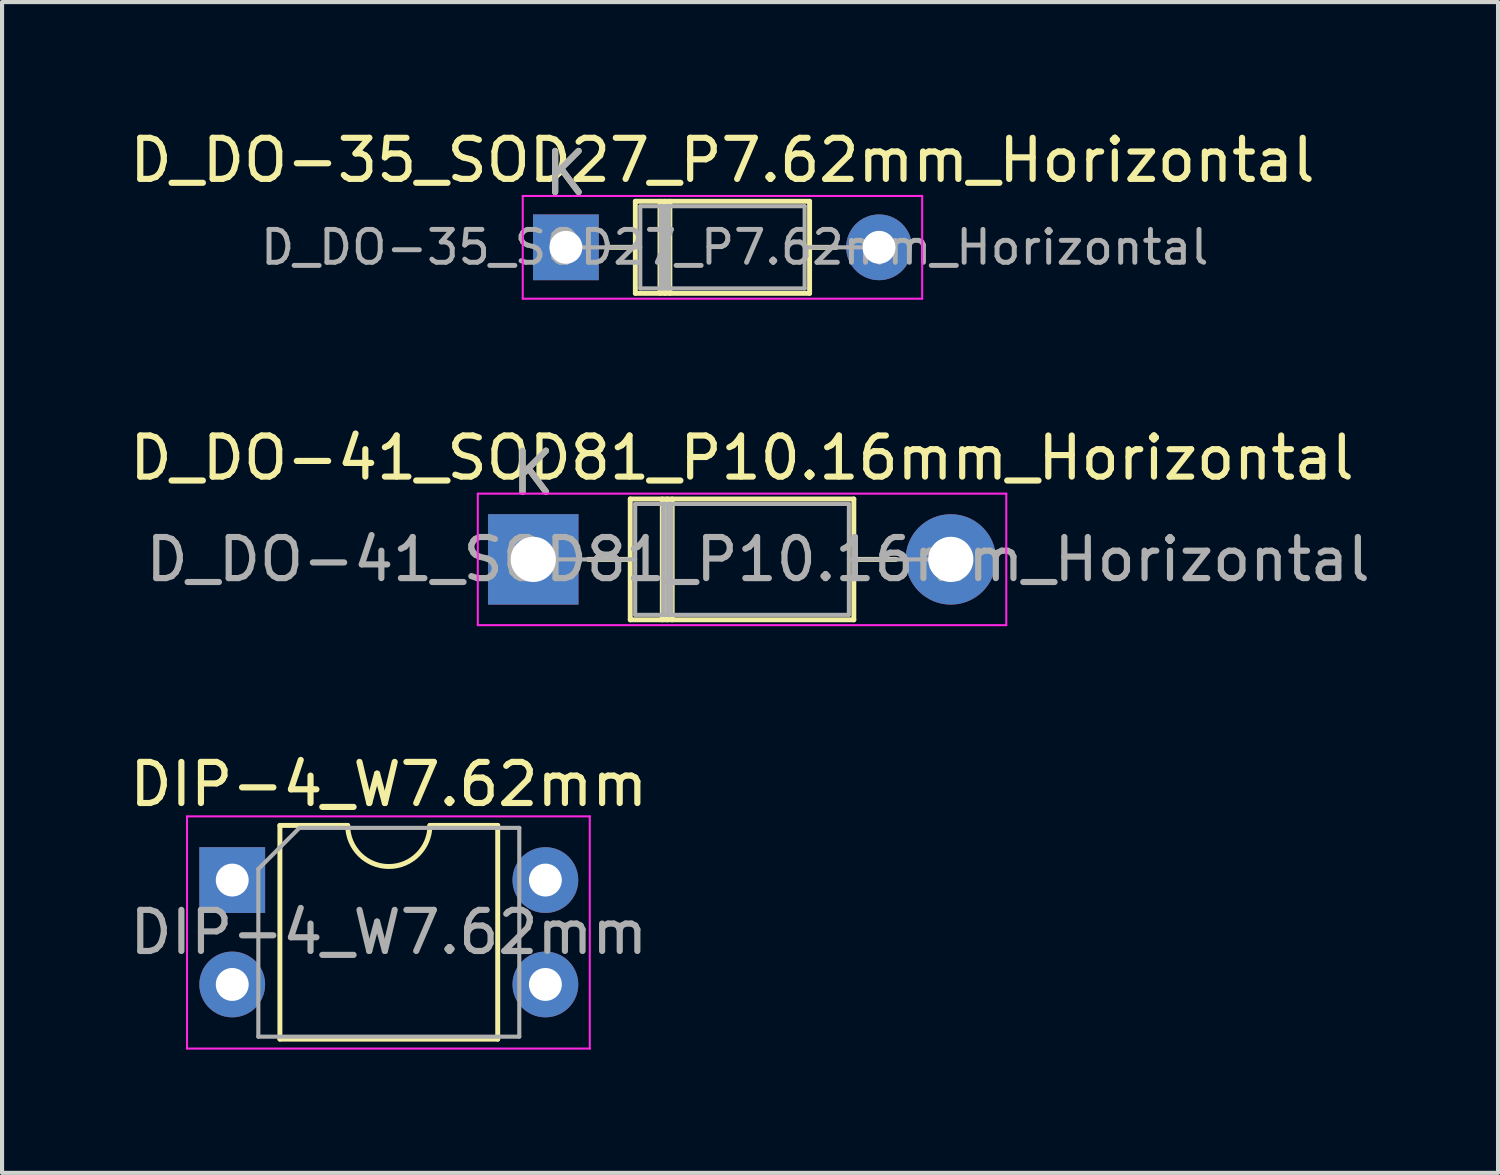
<source format=kicad_pcb>
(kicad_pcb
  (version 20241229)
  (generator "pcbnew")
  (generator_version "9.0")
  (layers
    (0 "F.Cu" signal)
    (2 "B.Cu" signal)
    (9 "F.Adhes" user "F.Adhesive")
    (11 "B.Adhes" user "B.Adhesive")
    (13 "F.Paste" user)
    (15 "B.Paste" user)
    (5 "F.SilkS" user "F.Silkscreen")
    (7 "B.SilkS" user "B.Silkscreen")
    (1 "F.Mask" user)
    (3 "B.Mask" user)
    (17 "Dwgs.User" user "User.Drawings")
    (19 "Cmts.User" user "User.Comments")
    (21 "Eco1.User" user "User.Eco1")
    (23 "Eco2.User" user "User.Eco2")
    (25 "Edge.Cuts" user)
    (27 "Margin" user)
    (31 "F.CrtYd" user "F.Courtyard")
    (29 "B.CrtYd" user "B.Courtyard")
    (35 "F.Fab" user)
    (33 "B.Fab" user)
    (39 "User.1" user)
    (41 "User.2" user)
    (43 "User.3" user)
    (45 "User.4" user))
  (footprint "D_DO-35_SOD27_P7.62mm_Horizontal"
    (layer "F.Cu")
    (at 10.72 2.968)
    (property "Reference" "D_DO-35_SOD27_P7.62mm_Horizontal" (at 3.81 -2.12 0) (layer "F.SilkS") (effects (font (size 1 1) (thickness 0.15))))
    (attr through_hole)
    (fp_line (start 1.04 0) (end 1.69 0) (stroke (width 0.12) (type solid)) (layer "F.SilkS"))
    (fp_line (start 1.69 -1.12) (end 1.69 1.12) (stroke (width 0.12) (type solid)) (layer "F.SilkS"))
    (fp_line (start 1.69 1.12) (end 5.93 1.12) (stroke (width 0.12) (type solid)) (layer "F.SilkS"))
    (fp_line (start 2.29 -1.12) (end 2.29 1.12) (stroke (width 0.12) (type solid)) (layer "F.SilkS"))
    (fp_line (start 2.41 -1.12) (end 2.41 1.12) (stroke (width 0.12) (type solid)) (layer "F.SilkS"))
    (fp_line (start 2.53 -1.12) (end 2.53 1.12) (stroke (width 0.12) (type solid)) (layer "F.SilkS"))
    (fp_line (start 5.93 -1.12) (end 1.69 -1.12) (stroke (width 0.12) (type solid)) (layer "F.SilkS"))
    (fp_line (start 5.93 1.12) (end 5.93 -1.12) (stroke (width 0.12) (type solid)) (layer "F.SilkS"))
    (fp_line (start 6.58 0) (end 5.93 0) (stroke (width 0.12) (type solid)) (layer "F.SilkS"))
    (fp_line (start -1.05 -1.25) (end -1.05 1.25) (stroke (width 0.05) (type solid)) (layer "F.CrtYd"))
    (fp_line (start -1.05 1.25) (end 8.67 1.25) (stroke (width 0.05) (type solid)) (layer "F.CrtYd"))
    (fp_line (start 8.67 -1.25) (end -1.05 -1.25) (stroke (width 0.05) (type solid)) (layer "F.CrtYd"))
    (fp_line (start 8.67 1.25) (end 8.67 -1.25) (stroke (width 0.05) (type solid)) (layer "F.CrtYd"))
    (fp_line (start 0 0) (end 1.81 0) (stroke (width 0.1) (type solid)) (layer "F.Fab"))
    (fp_line (start 1.81 -1) (end 1.81 1) (stroke (width 0.1) (type solid)) (layer "F.Fab"))
    (fp_line (start 1.81 1) (end 5.81 1) (stroke (width 0.1) (type solid)) (layer "F.Fab"))
    (fp_line (start 2.31 -1) (end 2.31 1) (stroke (width 0.1) (type solid)) (layer "F.Fab"))
    (fp_line (start 2.41 -1) (end 2.41 1) (stroke (width 0.1) (type solid)) (layer "F.Fab"))
    (fp_line (start 2.51 -1) (end 2.51 1) (stroke (width 0.1) (type solid)) (layer "F.Fab"))
    (fp_line (start 5.81 -1) (end 1.81 -1) (stroke (width 0.1) (type solid)) (layer "F.Fab"))
    (fp_line (start 5.81 1) (end 5.81 -1) (stroke (width 0.1) (type solid)) (layer "F.Fab"))
    (fp_line (start 7.62 0) (end 5.81 0) (stroke (width 0.1) (type solid)) (layer "F.Fab"))
    (fp_text user "K" (at 0 -1.8 0) (layer "F.SilkS") (effects (font (size 1 1) (thickness 0.15))))
    (fp_text user "${REFERENCE}" (at 4.11 0 0) (layer "F.Fab") (effects (font (size 0.8 0.8) (thickness 0.12))))
    (fp_text user "K" (at 0 -1.8 0) (layer "F.Fab") (effects (font (size 1 1) (thickness 0.15))))
    (pad "1" thru_hole rect (at 0 0) (size 1.6 1.6) (drill 0.8) (layers "*.Cu" "*.Mask"))
    (pad "2" thru_hole oval (at 7.62 0) (size 1.6 1.6) (drill 0.8) (layers "*.Cu" "*.Mask")))
  (footprint "D_DO-41_SOD81_P10.16mm_Horizontal"
    (layer "F.Cu")
    (at 9.926 10.562)
    (property "Reference" "D_DO-41_SOD81_P10.16mm_Horizontal" (at 5.08 -2.47 180) (layer "F.SilkS") (effects (font (size 1 1) (thickness 0.15))))
    (attr through_hole)
    (fp_line (start 1.34 0) (end 2.36 0) (stroke (width 0.12) (type solid)) (layer "F.SilkS"))
    (fp_line (start 2.36 -1.47) (end 2.36 1.47) (stroke (width 0.12) (type solid)) (layer "F.SilkS"))
    (fp_line (start 2.36 1.47) (end 7.8 1.47) (stroke (width 0.12) (type solid)) (layer "F.SilkS"))
    (fp_line (start 3.14 -1.47) (end 3.14 1.47) (stroke (width 0.12) (type solid)) (layer "F.SilkS"))
    (fp_line (start 3.26 -1.47) (end 3.26 1.47) (stroke (width 0.12) (type solid)) (layer "F.SilkS"))
    (fp_line (start 3.38 -1.47) (end 3.38 1.47) (stroke (width 0.12) (type solid)) (layer "F.SilkS"))
    (fp_line (start 7.8 -1.47) (end 2.36 -1.47) (stroke (width 0.12) (type solid)) (layer "F.SilkS"))
    (fp_line (start 7.8 1.47) (end 7.8 -1.47) (stroke (width 0.12) (type solid)) (layer "F.SilkS"))
    (fp_line (start 8.82 0) (end 7.8 0) (stroke (width 0.12) (type solid)) (layer "F.SilkS"))
    (fp_line (start -1.35 -1.6) (end -1.35 1.6) (stroke (width 0.05) (type solid)) (layer "F.CrtYd"))
    (fp_line (start -1.35 1.6) (end 11.51 1.6) (stroke (width 0.05) (type solid)) (layer "F.CrtYd"))
    (fp_line (start 11.51 -1.6) (end -1.35 -1.6) (stroke (width 0.05) (type solid)) (layer "F.CrtYd"))
    (fp_line (start 11.51 1.6) (end 11.51 -1.6) (stroke (width 0.05) (type solid)) (layer "F.CrtYd"))
    (fp_line (start 0 0) (end 2.48 0) (stroke (width 0.1) (type solid)) (layer "F.Fab"))
    (fp_line (start 2.48 -1.35) (end 2.48 1.35) (stroke (width 0.1) (type solid)) (layer "F.Fab"))
    (fp_line (start 2.48 1.35) (end 7.68 1.35) (stroke (width 0.1) (type solid)) (layer "F.Fab"))
    (fp_line (start 3.16 -1.35) (end 3.16 1.35) (stroke (width 0.1) (type solid)) (layer "F.Fab"))
    (fp_line (start 3.26 -1.35) (end 3.26 1.35) (stroke (width 0.1) (type solid)) (layer "F.Fab"))
    (fp_line (start 3.36 -1.35) (end 3.36 1.35) (stroke (width 0.1) (type solid)) (layer "F.Fab"))
    (fp_line (start 7.68 -1.35) (end 2.48 -1.35) (stroke (width 0.1) (type solid)) (layer "F.Fab"))
    (fp_line (start 7.68 1.35) (end 7.68 -1.35) (stroke (width 0.1) (type solid)) (layer "F.Fab"))
    (fp_line (start 10.16 0) (end 7.68 0) (stroke (width 0.1) (type solid)) (layer "F.Fab"))
    (fp_text user "K" (at 0 -2.1 180) (layer "F.SilkS") (effects (font (size 1 1) (thickness 0.15))))
    (fp_text user "${REFERENCE}" (at 5.47 0 180) (layer "F.Fab") (effects (font (size 1 1) (thickness 0.15))))
    (fp_text user "K" (at 0 -2.1 180) (layer "F.Fab") (effects (font (size 1 1) (thickness 0.15))))
    (pad "1" thru_hole rect (at 0 0) (size 2.2 2.2) (drill 1.1) (layers "*.Cu" "*.Mask"))
    (pad "2" thru_hole oval (at 10.16 0) (size 2.2 2.2) (drill 1.1) (layers "*.Cu" "*.Mask")))
  (footprint "DIP-4_W7.62mm"
    (layer "F.Cu")
    (at 2.601 18.365)
    (property "Reference" "DIP-4_W7.62mm" (at 3.81 -2.33 0) (layer "F.SilkS") (effects (font (size 1 1) (thickness 0.15))))
    (attr through_hole)
    (fp_line (start 1.16 -1.33) (end 1.16 3.87) (stroke (width 0.12) (type solid)) (layer "F.SilkS"))
    (fp_line (start 1.16 3.87) (end 6.46 3.87) (stroke (width 0.12) (type solid)) (layer "F.SilkS"))
    (fp_line (start 2.81 -1.33) (end 1.16 -1.33) (stroke (width 0.12) (type solid)) (layer "F.SilkS"))
    (fp_line (start 6.46 -1.33) (end 4.81 -1.33) (stroke (width 0.12) (type solid)) (layer "F.SilkS"))
    (fp_line (start 6.46 3.87) (end 6.46 -1.33) (stroke (width 0.12) (type solid)) (layer "F.SilkS"))
    (fp_arc (start 4.81 -1.33) (mid 3.81 -0.33) (end 2.81 -1.33) (stroke (width 0.12) (type solid)) (layer "F.SilkS"))
    (fp_line (start -1.1 -1.55) (end -1.1 4.1) (stroke (width 0.05) (type solid)) (layer "F.CrtYd"))
    (fp_line (start -1.1 4.1) (end 8.7 4.1) (stroke (width 0.05) (type solid)) (layer "F.CrtYd"))
    (fp_line (start 8.7 -1.55) (end -1.1 -1.55) (stroke (width 0.05) (type solid)) (layer "F.CrtYd"))
    (fp_line (start 8.7 4.1) (end 8.7 -1.55) (stroke (width 0.05) (type solid)) (layer "F.CrtYd"))
    (fp_line (start 0.635 -0.27) (end 1.635 -1.27) (stroke (width 0.1) (type solid)) (layer "F.Fab"))
    (fp_line (start 0.635 3.81) (end 0.635 -0.27) (stroke (width 0.1) (type solid)) (layer "F.Fab"))
    (fp_line (start 1.635 -1.27) (end 6.985 -1.27) (stroke (width 0.1) (type solid)) (layer "F.Fab"))
    (fp_line (start 6.985 -1.27) (end 6.985 3.81) (stroke (width 0.1) (type solid)) (layer "F.Fab"))
    (fp_line (start 6.985 3.81) (end 0.635 3.81) (stroke (width 0.1) (type solid)) (layer "F.Fab"))
    (fp_text user "${REFERENCE}" (at 3.81 1.27 0) (layer "F.Fab") (effects (font (size 1 1) (thickness 0.15))))
    (pad "1" thru_hole rect (at 0 0) (size 1.6 1.6) (drill 0.8) (layers "*.Cu" "*.Mask"))
    (pad "2" thru_hole oval (at 0 2.54) (size 1.6 1.6) (drill 0.8) (layers "*.Cu" "*.Mask"))
    (pad "3" thru_hole oval (at 7.62 2.54) (size 1.6 1.6) (drill 0.8) (layers "*.Cu" "*.Mask"))
    (pad "4" thru_hole oval (at 7.62 0) (size 1.6 1.6) (drill 0.8) (layers "*.Cu" "*.Mask")))
  (gr_rect
    (start -3 -3)
    (end 33.402 25.49)
    (stroke (width 0.1) (type default))
    (fill no)
    (layer "Edge.Cuts")))
</source>
